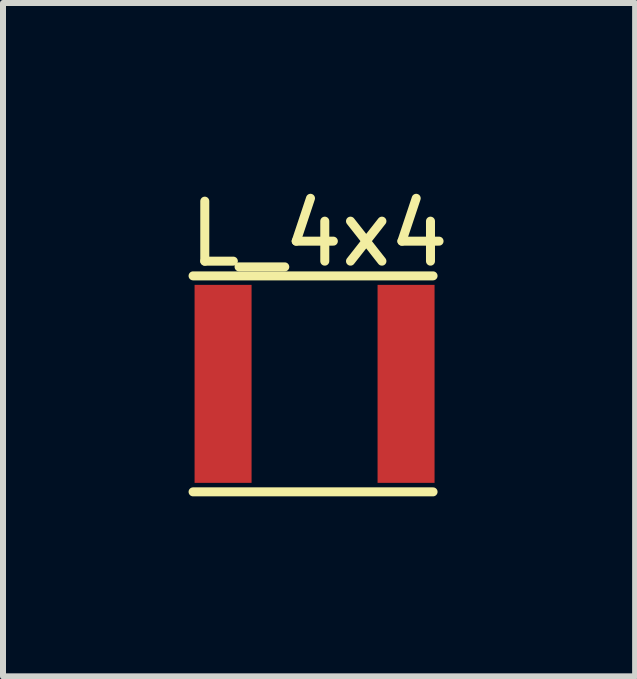
<source format=kicad_pcb>
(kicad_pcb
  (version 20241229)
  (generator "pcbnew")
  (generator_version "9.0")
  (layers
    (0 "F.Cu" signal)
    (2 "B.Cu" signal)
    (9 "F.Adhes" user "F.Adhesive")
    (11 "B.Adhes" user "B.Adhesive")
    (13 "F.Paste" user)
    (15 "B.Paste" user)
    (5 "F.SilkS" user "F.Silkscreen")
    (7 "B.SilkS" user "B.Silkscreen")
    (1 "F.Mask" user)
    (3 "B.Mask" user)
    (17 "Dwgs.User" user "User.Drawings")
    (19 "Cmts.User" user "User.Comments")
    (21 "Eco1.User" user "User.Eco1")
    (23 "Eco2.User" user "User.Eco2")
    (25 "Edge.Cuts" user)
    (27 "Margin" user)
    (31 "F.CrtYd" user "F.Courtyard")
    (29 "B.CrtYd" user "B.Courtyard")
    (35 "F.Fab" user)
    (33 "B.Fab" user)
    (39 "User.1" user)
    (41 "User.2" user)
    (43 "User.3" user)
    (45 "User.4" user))
  (footprint "L_4x4"
    (layer "F.Cu")
    (at 0.668 3.348)
    (property "Reference" "L_4x4" (at 1.6 -2.5 0) (layer "F.SilkS") (effects (font (size 1 1) (thickness 0.15))))
    (attr through_hole)
    (fp_line (start -0.5 1.8) (end 3.5 1.8) (stroke (width 0.15) (type solid)) (layer "F.SilkS"))
    (fp_line (start 3.5 -1.8) (end -0.5 -1.8) (stroke (width 0.15) (type solid)) (layer "F.SilkS"))
    (pad "1" smd rect (at 0 0) (size 0.95 3.3) (layers "F.Cu" "F.Mask" "F.Paste"))
    (pad "2" smd rect (at 3.05 0) (size 0.95 3.3) (layers "F.Cu" "F.Mask" "F.Paste")))
  (gr_rect
    (start -3 -3)
    (end 7.536 8.223)
    (stroke (width 0.1) (type default))
    (fill no)
    (layer "Edge.Cuts")))
</source>
